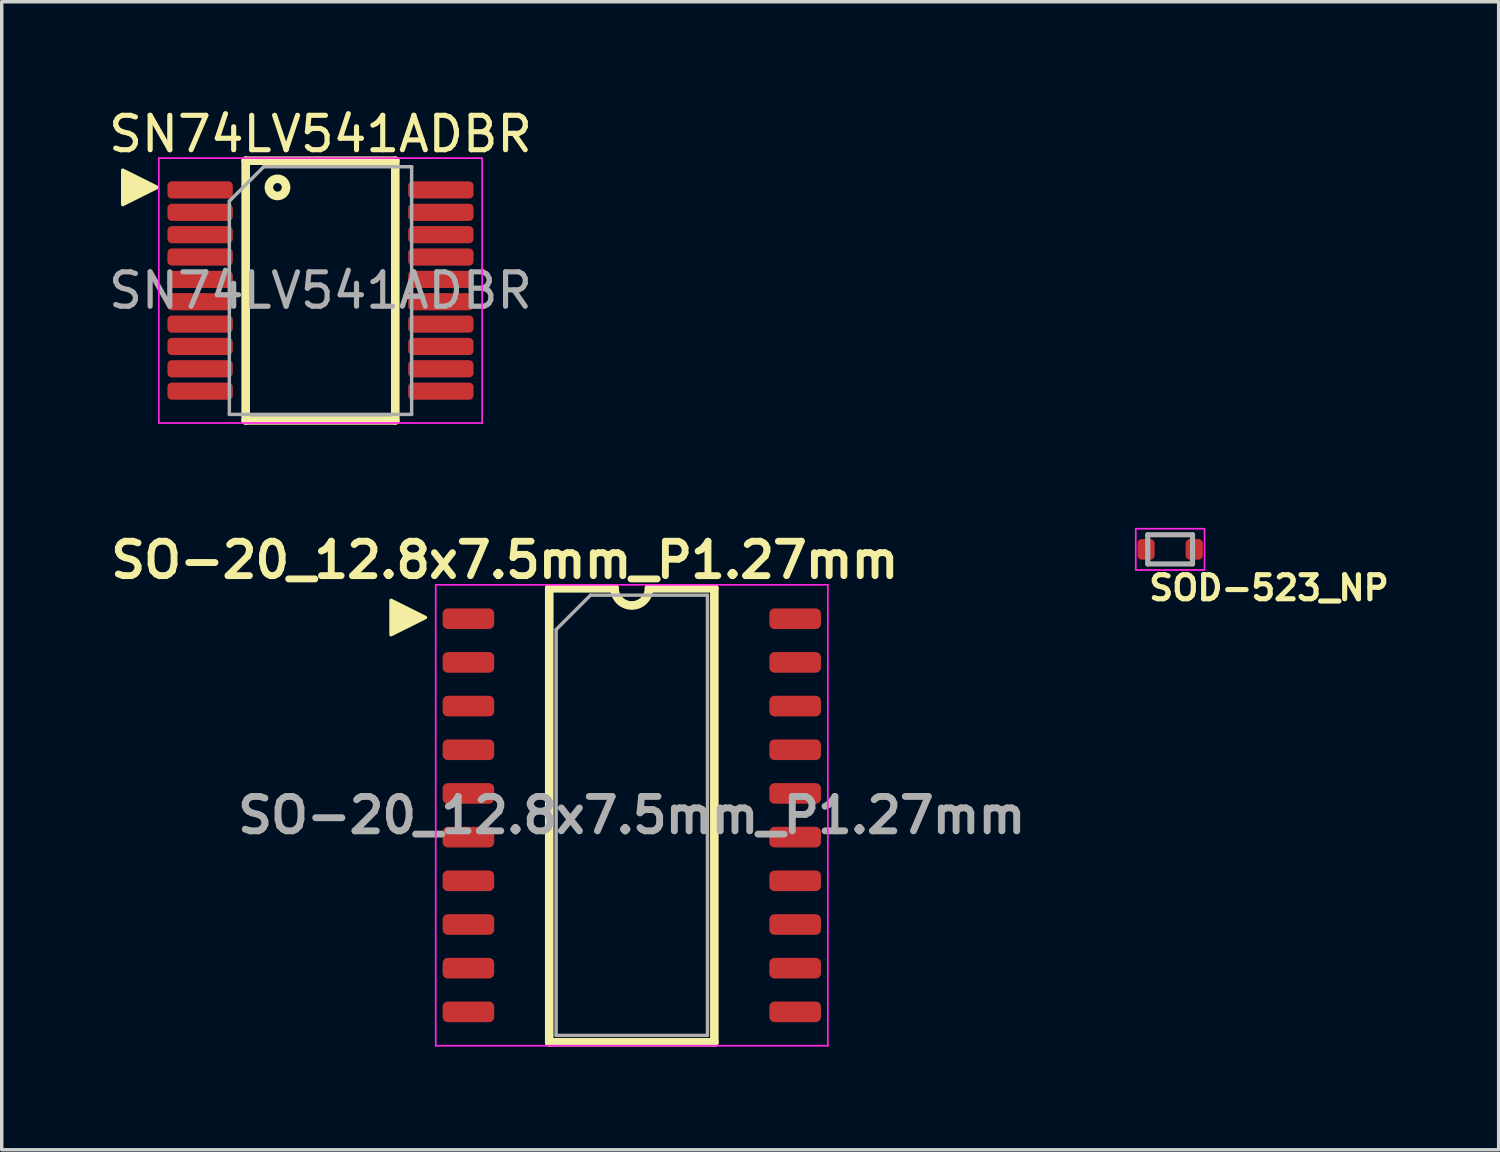
<source format=kicad_pcb>
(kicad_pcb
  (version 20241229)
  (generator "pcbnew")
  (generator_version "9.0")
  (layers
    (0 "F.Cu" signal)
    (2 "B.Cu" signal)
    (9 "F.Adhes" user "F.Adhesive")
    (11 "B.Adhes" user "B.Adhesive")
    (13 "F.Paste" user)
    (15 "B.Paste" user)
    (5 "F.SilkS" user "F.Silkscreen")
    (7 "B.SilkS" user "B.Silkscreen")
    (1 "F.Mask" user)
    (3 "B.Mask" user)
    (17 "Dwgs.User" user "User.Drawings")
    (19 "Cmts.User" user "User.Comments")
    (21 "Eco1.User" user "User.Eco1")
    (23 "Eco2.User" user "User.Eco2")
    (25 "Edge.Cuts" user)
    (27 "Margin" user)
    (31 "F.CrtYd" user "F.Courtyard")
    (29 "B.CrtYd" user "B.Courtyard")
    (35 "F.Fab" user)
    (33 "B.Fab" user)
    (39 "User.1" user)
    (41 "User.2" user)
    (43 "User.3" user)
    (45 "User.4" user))
  (footprint "SO-20_12.8x7.5mm_P1.27mm"
    (layer "F.Cu")
    (at 15.319 20.654)
    (property "Reference" "SO-20_12.8x7.5mm_P1.27mm" (at -3.69 -7.42 0) (layer "F.SilkS") (effects (font (size 1 1) (thickness 0.2))))
    (attr smd)
    (fp_line (start -2.4 -6.6) (end -0.5 -6.6) (stroke (width 0.25) (type solid)) (layer "F.SilkS"))
    (fp_line (start -2.4 6.6) (end -2.4 -6.6) (stroke (width 0.25) (type solid)) (layer "F.SilkS"))
    (fp_line (start 0.5 -6.6) (end 2.4 -6.6) (stroke (width 0.25) (type solid)) (layer "F.SilkS"))
    (fp_line (start 2.4 -6.6) (end 2.4 6.6) (stroke (width 0.25) (type solid)) (layer "F.SilkS"))
    (fp_line (start 2.4 6.6) (end -2.4 6.6) (stroke (width 0.25) (type solid)) (layer "F.SilkS"))
    (fp_arc (start 0.5 -6.6) (mid 0 -6.1) (end -0.5 -6.6) (stroke (width 0.25) (type solid)) (layer "F.SilkS"))
    (fp_poly (pts (xy -6 -5.75) (xy -7 -5.25) (xy -7 -6.25)) (stroke (width 0.1) (type solid)) (fill yes) (layer "F.SilkS"))
    (fp_line (start -5.7 -6.7) (end 5.7 -6.7) (stroke (width 0.05) (type solid)) (layer "F.CrtYd"))
    (fp_line (start -5.7 6.7) (end -5.7 -6.7) (stroke (width 0.05) (type solid)) (layer "F.CrtYd"))
    (fp_line (start 5.7 -6.7) (end 5.7 6.7) (stroke (width 0.05) (type solid)) (layer "F.CrtYd"))
    (fp_line (start 5.7 6.7) (end -5.7 6.7) (stroke (width 0.05) (type solid)) (layer "F.CrtYd"))
    (fp_line (start -2.2 -5.4) (end -1.2 -6.4) (stroke (width 0.1) (type solid)) (layer "F.Fab"))
    (fp_line (start -2.2 6.4) (end -2.2 -5.4) (stroke (width 0.1) (type solid)) (layer "F.Fab"))
    (fp_line (start -1.2 -6.4) (end 2.2 -6.4) (stroke (width 0.1) (type solid)) (layer "F.Fab"))
    (fp_line (start 2.2 -6.4) (end 2.2 6.4) (stroke (width 0.1) (type solid)) (layer "F.Fab"))
    (fp_line (start 2.2 6.4) (end -2.2 6.4) (stroke (width 0.1) (type solid)) (layer "F.Fab"))
    (fp_text user "${REFERENCE}" (at 0 0 0) (layer "F.Fab") (effects (font (size 1 1) (thickness 0.2))))
    (pad "1" smd roundrect (at -4.75 -5.715) (size 1.5 0.6) (layers "F.Cu" "F.Mask" "F.Paste") (roundrect_rratio 0.25))
    (pad "2" smd roundrect (at -4.75 -4.445) (size 1.5 0.6) (layers "F.Cu" "F.Mask" "F.Paste") (roundrect_rratio 0.25))
    (pad "3" smd roundrect (at -4.75 -3.175) (size 1.5 0.6) (layers "F.Cu" "F.Mask" "F.Paste") (roundrect_rratio 0.25))
    (pad "4" smd roundrect (at -4.75 -1.905) (size 1.5 0.6) (layers "F.Cu" "F.Mask" "F.Paste") (roundrect_rratio 0.25))
    (pad "5" smd roundrect (at -4.75 -0.635) (size 1.5 0.6) (layers "F.Cu" "F.Mask" "F.Paste") (roundrect_rratio 0.25))
    (pad "6" smd roundrect (at -4.75 0.635) (size 1.5 0.6) (layers "F.Cu" "F.Mask" "F.Paste") (roundrect_rratio 0.25))
    (pad "7" smd roundrect (at -4.75 1.905) (size 1.5 0.6) (layers "F.Cu" "F.Mask" "F.Paste") (roundrect_rratio 0.25))
    (pad "8" smd roundrect (at -4.75 3.175) (size 1.5 0.6) (layers "F.Cu" "F.Mask" "F.Paste") (roundrect_rratio 0.25))
    (pad "9" smd roundrect (at -4.75 4.445) (size 1.5 0.6) (layers "F.Cu" "F.Mask" "F.Paste") (roundrect_rratio 0.25))
    (pad "10" smd roundrect (at -4.75 5.715) (size 1.5 0.6) (layers "F.Cu" "F.Mask" "F.Paste") (roundrect_rratio 0.25))
    (pad "11" smd roundrect (at 4.75 5.715) (size 1.5 0.6) (layers "F.Cu" "F.Mask" "F.Paste") (roundrect_rratio 0.25))
    (pad "12" smd roundrect (at 4.75 4.445) (size 1.5 0.6) (layers "F.Cu" "F.Mask" "F.Paste") (roundrect_rratio 0.25))
    (pad "13" smd roundrect (at 4.75 3.175) (size 1.5 0.6) (layers "F.Cu" "F.Mask" "F.Paste") (roundrect_rratio 0.25))
    (pad "14" smd roundrect (at 4.75 1.905) (size 1.5 0.6) (layers "F.Cu" "F.Mask" "F.Paste") (roundrect_rratio 0.25))
    (pad "15" smd roundrect (at 4.75 0.635) (size 1.5 0.6) (layers "F.Cu" "F.Mask" "F.Paste") (roundrect_rratio 0.25))
    (pad "16" smd roundrect (at 4.75 -0.635) (size 1.5 0.6) (layers "F.Cu" "F.Mask" "F.Paste") (roundrect_rratio 0.25))
    (pad "17" smd roundrect (at 4.75 -1.905) (size 1.5 0.6) (layers "F.Cu" "F.Mask" "F.Paste") (roundrect_rratio 0.25))
    (pad "18" smd roundrect (at 4.75 -3.175) (size 1.5 0.6) (layers "F.Cu" "F.Mask" "F.Paste") (roundrect_rratio 0.25))
    (pad "19" smd roundrect (at 4.75 -4.445) (size 1.5 0.6) (layers "F.Cu" "F.Mask" "F.Paste") (roundrect_rratio 0.25))
    (pad "20" smd roundrect (at 4.75 -5.715) (size 1.5 0.6) (layers "F.Cu" "F.Mask" "F.Paste") (roundrect_rratio 0.25)))
  (footprint "SN74LV541ADBR"
    (layer "F.Cu")
    (at 6.268 5.398)
    (property "Reference" "SN74LV541ADBR" (at 0 -4.55 0) (layer "F.SilkS") (effects (font (size 1 1) (thickness 0.15))))
    (attr smd)
    (fp_line (start -2.175 3.775) (end -2.175 -3.775) (stroke (width 0.25) (type solid)) (layer "F.SilkS"))
    (fp_line (start 2.175 -3.775) (end -2.175 -3.775) (stroke (width 0.25) (type solid)) (layer "F.SilkS"))
    (fp_line (start 2.175 3.775) (end -2.175 3.775) (stroke (width 0.25) (type solid)) (layer "F.SilkS"))
    (fp_line (start 2.175 3.775) (end 2.175 -3.775) (stroke (width 0.25) (type solid)) (layer "F.SilkS"))
    (fp_circle (center -1.25 -3) (end -1.25 -3.25) (stroke (width 0.25) (type solid)) (fill no) (layer "F.SilkS"))
    (fp_poly (pts (xy -4.75 -3) (xy -5.75 -2.5) (xy -5.75 -3.5)) (stroke (width 0.1) (type solid)) (fill yes) (layer "F.SilkS"))
    (fp_line (start -4.7 -3.85) (end -4.7 3.85) (stroke (width 0.05) (type solid)) (layer "F.CrtYd"))
    (fp_line (start -4.7 3.85) (end 4.7 3.85) (stroke (width 0.05) (type solid)) (layer "F.CrtYd"))
    (fp_line (start 4.7 -3.85) (end -4.7 -3.85) (stroke (width 0.05) (type solid)) (layer "F.CrtYd"))
    (fp_line (start 4.7 3.85) (end 4.7 -3.85) (stroke (width 0.05) (type solid)) (layer "F.CrtYd"))
    (fp_line (start -2.65 -2.6) (end -1.65 -3.6) (stroke (width 0.1) (type solid)) (layer "F.Fab"))
    (fp_line (start -2.65 3.6) (end -2.65 -2.6) (stroke (width 0.1) (type solid)) (layer "F.Fab"))
    (fp_line (start -1.65 -3.6) (end 2.65 -3.6) (stroke (width 0.1) (type solid)) (layer "F.Fab"))
    (fp_line (start 2.65 -3.6) (end 2.65 3.6) (stroke (width 0.1) (type solid)) (layer "F.Fab"))
    (fp_line (start 2.65 3.6) (end -2.65 3.6) (stroke (width 0.1) (type solid)) (layer "F.Fab"))
    (fp_text user "${REFERENCE}" (at 0 0 0) (layer "F.Fab") (effects (font (size 1 1) (thickness 0.15))))
    (pad "1" smd roundrect (at -3.5 -2.925) (size 1.9 0.5) (layers "F.Cu" "F.Mask" "F.Paste") (roundrect_rratio 0.25))
    (pad "2" smd roundrect (at -3.5 -2.275) (size 1.9 0.5) (layers "F.Cu" "F.Mask" "F.Paste") (roundrect_rratio 0.25))
    (pad "3" smd roundrect (at -3.5 -1.625) (size 1.9 0.5) (layers "F.Cu" "F.Mask" "F.Paste") (roundrect_rratio 0.25))
    (pad "4" smd roundrect (at -3.5 -0.975) (size 1.9 0.5) (layers "F.Cu" "F.Mask" "F.Paste") (roundrect_rratio 0.25))
    (pad "5" smd roundrect (at -3.5 -0.325) (size 1.9 0.5) (layers "F.Cu" "F.Mask" "F.Paste") (roundrect_rratio 0.25))
    (pad "6" smd roundrect (at -3.5 0.325) (size 1.9 0.5) (layers "F.Cu" "F.Mask" "F.Paste") (roundrect_rratio 0.25))
    (pad "7" smd roundrect (at -3.5 0.975) (size 1.9 0.5) (layers "F.Cu" "F.Mask" "F.Paste") (roundrect_rratio 0.25))
    (pad "8" smd roundrect (at -3.5 1.625) (size 1.9 0.5) (layers "F.Cu" "F.Mask" "F.Paste") (roundrect_rratio 0.25))
    (pad "9" smd roundrect (at -3.5 2.275) (size 1.9 0.5) (layers "F.Cu" "F.Mask" "F.Paste") (roundrect_rratio 0.25))
    (pad "10" smd roundrect (at -3.5 2.925) (size 1.9 0.5) (layers "F.Cu" "F.Mask" "F.Paste") (roundrect_rratio 0.25))
    (pad "11" smd roundrect (at 3.5 2.925) (size 1.9 0.5) (layers "F.Cu" "F.Mask" "F.Paste") (roundrect_rratio 0.25))
    (pad "12" smd roundrect (at 3.5 2.275) (size 1.9 0.5) (layers "F.Cu" "F.Mask" "F.Paste") (roundrect_rratio 0.25))
    (pad "13" smd roundrect (at 3.5 1.625) (size 1.9 0.5) (layers "F.Cu" "F.Mask" "F.Paste") (roundrect_rratio 0.25))
    (pad "14" smd roundrect (at 3.5 0.975) (size 1.9 0.5) (layers "F.Cu" "F.Mask" "F.Paste") (roundrect_rratio 0.25))
    (pad "15" smd roundrect (at 3.5 0.325) (size 1.9 0.5) (layers "F.Cu" "F.Mask" "F.Paste") (roundrect_rratio 0.25))
    (pad "16" smd roundrect (at 3.5 -0.325) (size 1.9 0.5) (layers "F.Cu" "F.Mask" "F.Paste") (roundrect_rratio 0.25))
    (pad "17" smd roundrect (at 3.5 -0.975) (size 1.9 0.5) (layers "F.Cu" "F.Mask" "F.Paste") (roundrect_rratio 0.25))
    (pad "18" smd roundrect (at 3.5 -1.625) (size 1.9 0.5) (layers "F.Cu" "F.Mask" "F.Paste") (roundrect_rratio 0.25))
    (pad "19" smd roundrect (at 3.5 -2.275) (size 1.9 0.5) (layers "F.Cu" "F.Mask" "F.Paste") (roundrect_rratio 0.25))
    (pad "20" smd roundrect (at 3.5 -2.925) (size 1.9 0.5) (layers "F.Cu" "F.Mask" "F.Paste") (roundrect_rratio 0.25)))
  (footprint "SOD-523_NP"
    (layer "F.Cu")
    (at 30.972 12.923)
    (property "Reference" "SOD-523_NP" (at -0.692 1.529 180) (layer "F.SilkS") (effects (font (size 0.7 0.7) (thickness 0.15)) (justify left bottom)))
    (attr smd)
    (fp_rect (start 1 0.6) (end -1 -0.6) (stroke (width 0.05) (type solid)) (fill no) (layer "F.CrtYd"))
    (fp_line (start -0.652 -0.425) (end -0.652 0.423) (stroke (width 0.15) (type solid)) (layer "F.Fab"))
    (fp_line (start 0.65 -0.425) (end -0.652 -0.425) (stroke (width 0.15) (type solid)) (layer "F.Fab"))
    (fp_line (start 0.65 0.423) (end -0.652 0.423) (stroke (width 0.15) (type solid)) (layer "F.Fab"))
    (fp_line (start 0.65 0.423) (end 0.65 -0.425) (stroke (width 0.15) (type solid)) (layer "F.Fab"))
    (fp_rect (start 0.848 0.45) (end -0.85 -0.452) (stroke (width 0.1) (type solid)) (fill no) (layer "User.5"))
    (fp_line (start -0.85 -0.176) (end -0.652 -0.176) (stroke (width 0.02) (type solid)) (layer "User.9"))
    (fp_line (start -0.85 0.174) (end -0.85 -0.176) (stroke (width 0.02) (type solid)) (layer "User.9"))
    (fp_line (start -0.652 -0.452) (end -0.652 -0.176) (stroke (width 0.02) (type solid)) (layer "User.9"))
    (fp_line (start -0.652 -0.452) (end -0.603 -0.404) (stroke (width 0.02) (type solid)) (layer "User.9"))
    (fp_line (start -0.652 -0.176) (end -0.652 0.174) (stroke (width 0.02) (type solid)) (layer "User.9"))
    (fp_line (start -0.652 0.174) (end -0.85 0.174) (stroke (width 0.02) (type solid)) (layer "User.9"))
    (fp_line (start -0.652 0.174) (end -0.652 0.45) (stroke (width 0.02) (type solid)) (layer "User.9"))
    (fp_line (start -0.652 0.45) (end -0.603 0.402) (stroke (width 0.02) (type solid)) (layer "User.9"))
    (fp_line (start -0.652 0.45) (end 0.65 0.45) (stroke (width 0.02) (type solid)) (layer "User.9"))
    (fp_line (start -0.554 -0.353) (end -0.603 -0.404) (stroke (width 0.02) (type solid)) (layer "User.9"))
    (fp_line (start -0.554 0.351) (end -0.603 0.402) (stroke (width 0.02) (type solid)) (layer "User.9"))
    (fp_line (start 0.601 -0.404) (end 0.552 -0.353) (stroke (width 0.02) (type solid)) (layer "User.9"))
    (fp_line (start 0.601 -0.404) (end 0.65 -0.452) (stroke (width 0.02) (type solid)) (layer "User.9"))
    (fp_line (start 0.601 0.402) (end 0.552 0.351) (stroke (width 0.02) (type solid)) (layer "User.9"))
    (fp_line (start 0.601 0.402) (end 0.65 0.45) (stroke (width 0.02) (type solid)) (layer "User.9"))
    (fp_line (start 0.65 -0.452) (end -0.652 -0.452) (stroke (width 0.02) (type solid)) (layer "User.9"))
    (fp_line (start 0.65 -0.176) (end 0.65 -0.452) (stroke (width 0.02) (type solid)) (layer "User.9"))
    (fp_line (start 0.65 -0.176) (end 0.848 -0.176) (stroke (width 0.02) (type solid)) (layer "User.9"))
    (fp_line (start 0.65 0.174) (end 0.65 -0.176) (stroke (width 0.02) (type solid)) (layer "User.9"))
    (fp_line (start 0.65 0.45) (end 0.65 0.174) (stroke (width 0.02) (type solid)) (layer "User.9"))
    (fp_line (start 0.848 -0.176) (end 0.848 0.174) (stroke (width 0.02) (type solid)) (layer "User.9"))
    (fp_line (start 0.848 0.174) (end 0.65 0.174) (stroke (width 0.02) (type solid)) (layer "User.9"))
    (pad "1" smd roundrect (at -0.701 0 180) (size 0.5 0.6) (layers "F.Cu" "F.Mask" "F.Paste") (roundrect_rratio 0.25))
    (pad "2" smd roundrect (at 0.699 0 180) (size 0.5 0.6) (layers "F.Cu" "F.Mask" "F.Paste") (roundrect_rratio 0.25)))
  (gr_rect
    (start -3 -3)
    (end 40.523 30.379)
    (stroke (width 0.1) (type default))
    (fill no)
    (layer "Edge.Cuts")))
</source>
